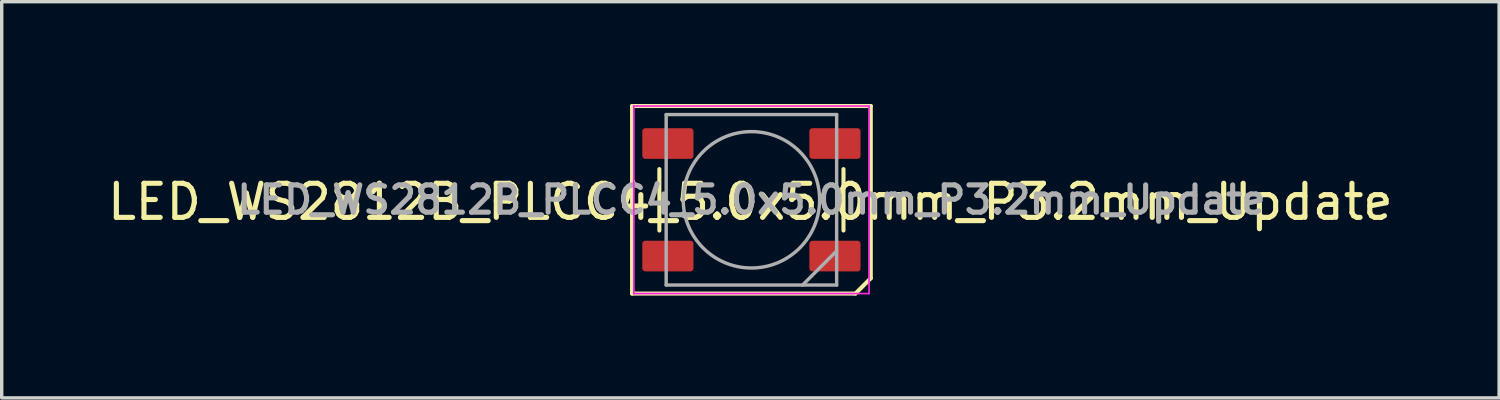
<source format=kicad_pcb>
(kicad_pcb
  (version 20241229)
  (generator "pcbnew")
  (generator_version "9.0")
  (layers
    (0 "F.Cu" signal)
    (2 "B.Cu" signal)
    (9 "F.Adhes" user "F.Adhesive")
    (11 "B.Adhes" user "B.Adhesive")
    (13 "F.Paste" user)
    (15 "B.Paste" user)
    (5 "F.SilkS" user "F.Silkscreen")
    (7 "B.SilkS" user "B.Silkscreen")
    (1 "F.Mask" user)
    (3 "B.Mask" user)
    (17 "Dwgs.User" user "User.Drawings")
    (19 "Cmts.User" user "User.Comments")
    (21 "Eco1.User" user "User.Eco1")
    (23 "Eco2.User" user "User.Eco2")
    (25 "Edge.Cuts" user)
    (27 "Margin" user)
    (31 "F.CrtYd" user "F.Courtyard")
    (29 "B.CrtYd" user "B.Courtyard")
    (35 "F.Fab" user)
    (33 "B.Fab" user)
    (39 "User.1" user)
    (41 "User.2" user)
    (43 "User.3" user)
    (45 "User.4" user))
  (footprint "LED_WS2812B_PLCC4_5.0x5.0mm_P3.2mm_Update"
    (layer "F.Cu")
    (at 18.988 2.81)
    (property "Reference" "LED_WS2812B_PLCC4_5.0x5.0mm_P3.2mm_Update" (at -0.03 0.06 180) (layer "F.SilkS") (effects (font (size 1 1) (thickness 0.15))))
    (attr smd)
    (fp_line (start -3.5 -2.75) (end -3.5 2.75) (stroke (width 0.12) (type default)) (layer "F.SilkS"))
    (fp_line (start -3.5 -2.75) (end 3.5 -2.75) (stroke (width 0.12) (type solid)) (layer "F.SilkS"))
    (fp_line (start -3.5 2.75) (end 3.05 2.75) (stroke (width 0.12) (type solid)) (layer "F.SilkS"))
    (fp_line (start -2.7 0.9) (end -2.7 -0.9) (stroke (width 0.12) (type default)) (layer "F.SilkS"))
    (fp_line (start 2.7 0.9) (end 2.7 -0.9) (stroke (width 0.12) (type default)) (layer "F.SilkS"))
    (fp_line (start 3.05 2.75) (end 3.5 2.3) (stroke (width 0.12) (type default)) (layer "F.SilkS"))
    (fp_line (start 3.5 2.3) (end 3.5 -2.75) (stroke (width 0.12) (type default)) (layer "F.SilkS"))
    (fp_line (start -3.45 -2.75) (end -3.45 2.75) (stroke (width 0.05) (type solid)) (layer "F.CrtYd"))
    (fp_line (start -3.45 2.75) (end 3.45 2.75) (stroke (width 0.05) (type solid)) (layer "F.CrtYd"))
    (fp_line (start 3.45 -2.75) (end -3.45 -2.75) (stroke (width 0.05) (type solid)) (layer "F.CrtYd"))
    (fp_line (start 3.45 2.75) (end 3.45 -2.75) (stroke (width 0.05) (type solid)) (layer "F.CrtYd"))
    (fp_line (start -2.5 -2.5) (end -2.5 2.5) (stroke (width 0.1) (type solid)) (layer "F.Fab"))
    (fp_line (start -2.5 2.5) (end 2.5 2.5) (stroke (width 0.1) (type solid)) (layer "F.Fab"))
    (fp_line (start 2.5 -2.5) (end -2.5 -2.5) (stroke (width 0.1) (type solid)) (layer "F.Fab"))
    (fp_line (start 2.5 1.5) (end 1.5 2.5) (stroke (width 0.1) (type solid)) (layer "F.Fab"))
    (fp_line (start 2.5 2.5) (end 2.5 -2.5) (stroke (width 0.1) (type solid)) (layer "F.Fab"))
    (fp_circle (center 0 0) (end 0 -2) (stroke (width 0.1) (type solid)) (fill no) (layer "F.Fab"))
    (fp_text user "${REFERENCE}" (at 0 0 180) (layer "F.Fab") (effects (font (size 0.8 0.8) (thickness 0.15))))
    (pad "1" smd roundrect (at -2.45 -1.65) (size 1.5 0.9) (layers "F.Cu" "F.Mask" "F.Paste") (roundrect_rratio 0.1))
    (pad "2" smd roundrect (at -2.45 1.65) (size 1.5 0.9) (layers "F.Cu" "F.Mask" "F.Paste") (roundrect_rratio 0.1))
    (pad "3" smd roundrect (at 2.45 1.65) (size 1.5 0.9) (layers "F.Cu" "F.Mask" "F.Paste") (roundrect_rratio 0.1))
    (pad "4" smd roundrect (at 2.45 -1.65) (size 1.5 0.9) (layers "F.Cu" "F.Mask" "F.Paste") (roundrect_rratio 0.1)))
  (gr_rect
    (start -3 -3)
    (end 40.917 8.62)
    (stroke (width 0.1) (type default))
    (fill no)
    (layer "Edge.Cuts")))
</source>
